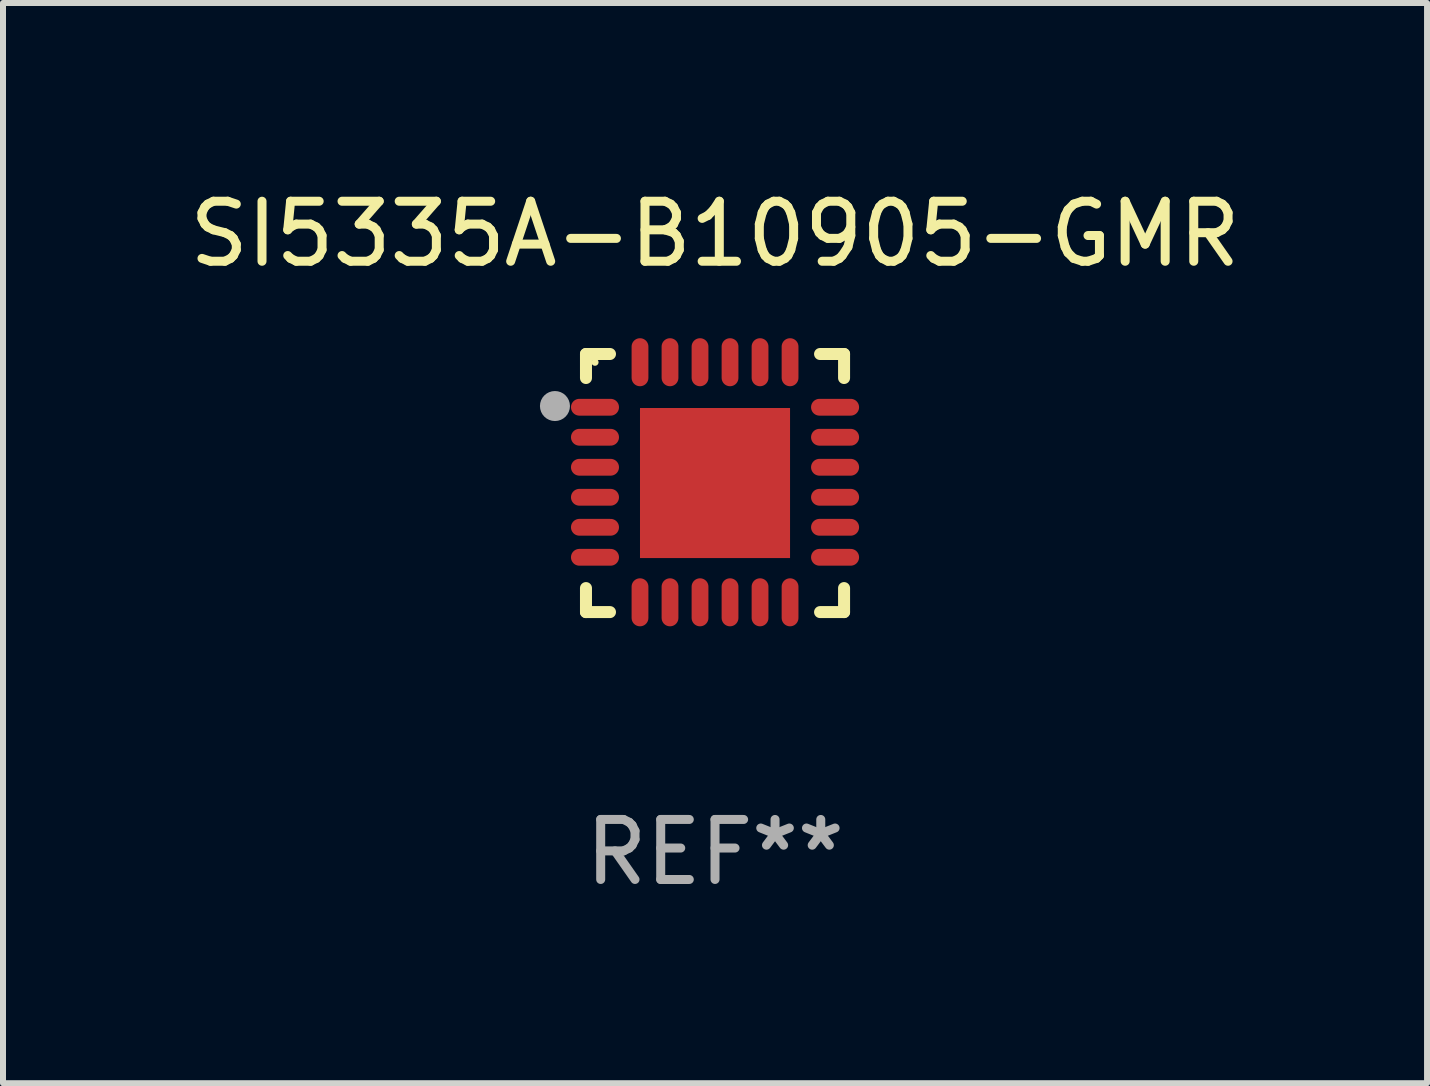
<source format=kicad_pcb>
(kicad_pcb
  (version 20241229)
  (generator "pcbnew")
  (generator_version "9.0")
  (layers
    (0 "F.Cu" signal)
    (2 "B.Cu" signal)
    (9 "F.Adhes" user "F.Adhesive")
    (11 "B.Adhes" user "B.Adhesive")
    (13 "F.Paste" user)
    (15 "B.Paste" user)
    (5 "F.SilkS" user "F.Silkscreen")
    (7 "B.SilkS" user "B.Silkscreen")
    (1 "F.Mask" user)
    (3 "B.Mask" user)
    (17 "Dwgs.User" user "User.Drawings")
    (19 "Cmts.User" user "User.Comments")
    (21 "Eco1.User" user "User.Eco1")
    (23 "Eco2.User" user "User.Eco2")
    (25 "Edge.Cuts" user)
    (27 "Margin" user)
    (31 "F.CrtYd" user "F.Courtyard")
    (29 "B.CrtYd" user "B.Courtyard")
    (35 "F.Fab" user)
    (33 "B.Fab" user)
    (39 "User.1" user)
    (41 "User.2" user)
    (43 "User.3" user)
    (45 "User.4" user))
  (footprint "SI5335A-B10905-GMR"
    (layer "F.Cu")
    (at 8.863 4.998)
    (property "Reference" "SI5335A-B10905-GMR" (at 0 -4.15 0) (layer "F.SilkS") (effects (font (size 1 1) (thickness 0.15))))
    (attr through_hole)
    (fp_line (start -2.15 -2.15) (end -1.75 -2.15) (stroke (width 0.2) (type solid)) (layer "F.SilkS"))
    (fp_line (start -2.15 -1.75) (end -2.15 -2.15) (stroke (width 0.2) (type solid)) (layer "F.SilkS"))
    (fp_line (start -2.15 2.15) (end -2.15 1.75) (stroke (width 0.2) (type solid)) (layer "F.SilkS"))
    (fp_line (start -1.75 2.15) (end -2.15 2.15) (stroke (width 0.2) (type solid)) (layer "F.SilkS"))
    (fp_line (start 1.75 -2.15) (end 2.15 -2.15) (stroke (width 0.2) (type solid)) (layer "F.SilkS"))
    (fp_line (start 1.75 2.15) (end 2.15 2.15) (stroke (width 0.2) (type solid)) (layer "F.SilkS"))
    (fp_line (start 2.15 -2.15) (end 2.15 -1.75) (stroke (width 0.2) (type solid)) (layer "F.SilkS"))
    (fp_line (start 2.15 2.15) (end 2.15 1.75) (stroke (width 0.2) (type solid)) (layer "F.SilkS"))
    (fp_circle (center -2 -2.013) (end -1.97 -2.013) (stroke (width 0.06) (type solid)) (fill no) (layer "F.SilkS"))
    (fp_circle (center -2.667 -1.283) (end -2.542 -1.283) (stroke (width 0.25) (type solid)) (fill no) (layer "F.Fab"))
    (fp_text user "REF**" (at 0 6.15 0) (layer "F.Fab") (effects (font (size 1 1) (thickness 0.15))))
    (pad "1" smd oval (at -2 -1.263) (size 0.8 0.28) (layers "F.Cu" "F.Mask" "F.Paste"))
    (pad "2" smd oval (at -2 -0.763) (size 0.8 0.28) (layers "F.Cu" "F.Mask" "F.Paste"))
    (pad "3" smd oval (at -2 -0.263) (size 0.8 0.28) (layers "F.Cu" "F.Mask" "F.Paste"))
    (pad "4" smd oval (at -2 0.237) (size 0.8 0.28) (layers "F.Cu" "F.Mask" "F.Paste"))
    (pad "5" smd oval (at -2 0.737) (size 0.8 0.28) (layers "F.Cu" "F.Mask" "F.Paste"))
    (pad "6" smd oval (at -2 1.237) (size 0.8 0.28) (layers "F.Cu" "F.Mask" "F.Paste"))
    (pad "7" smd oval (at -1.25 1.987) (size 0.28 0.8) (layers "F.Cu" "F.Mask" "F.Paste"))
    (pad "8" smd oval (at -0.75 1.987) (size 0.28 0.8) (layers "F.Cu" "F.Mask" "F.Paste"))
    (pad "9" smd oval (at -0.25 1.987) (size 0.28 0.8) (layers "F.Cu" "F.Mask" "F.Paste"))
    (pad "10" smd oval (at 0.25 1.987) (size 0.28 0.8) (layers "F.Cu" "F.Mask" "F.Paste"))
    (pad "11" smd oval (at 0.75 1.987) (size 0.28 0.8) (layers "F.Cu" "F.Mask" "F.Paste"))
    (pad "12" smd oval (at 1.25 1.987) (size 0.28 0.8) (layers "F.Cu" "F.Mask" "F.Paste"))
    (pad "13" smd oval (at 2 1.237) (size 0.8 0.28) (layers "F.Cu" "F.Mask" "F.Paste"))
    (pad "14" smd oval (at 2 0.737) (size 0.8 0.28) (layers "F.Cu" "F.Mask" "F.Paste"))
    (pad "15" smd oval (at 2 0.237) (size 0.8 0.28) (layers "F.Cu" "F.Mask" "F.Paste"))
    (pad "16" smd oval (at 2 -0.263) (size 0.8 0.28) (layers "F.Cu" "F.Mask" "F.Paste"))
    (pad "17" smd oval (at 2 -0.763) (size 0.8 0.28) (layers "F.Cu" "F.Mask" "F.Paste"))
    (pad "18" smd oval (at 2 -1.263) (size 0.8 0.28) (layers "F.Cu" "F.Mask" "F.Paste"))
    (pad "19" smd oval (at 1.25 -2.013) (size 0.28 0.8) (layers "F.Cu" "F.Mask" "F.Paste"))
    (pad "20" smd oval (at 0.75 -2.013) (size 0.28 0.8) (layers "F.Cu" "F.Mask" "F.Paste"))
    (pad "21" smd oval (at 0.25 -2.013) (size 0.28 0.8) (layers "F.Cu" "F.Mask" "F.Paste"))
    (pad "22" smd oval (at -0.25 -2.013) (size 0.28 0.8) (layers "F.Cu" "F.Mask" "F.Paste"))
    (pad "23" smd oval (at -0.75 -2.013) (size 0.28 0.8) (layers "F.Cu" "F.Mask" "F.Paste"))
    (pad "24" smd oval (at -1.25 -2.013) (size 0.28 0.8) (layers "F.Cu" "F.Mask" "F.Paste"))
    (pad "25" smd rect (at -0.000127 -0.00014) (size 2.5 2.5) (layers "F.Cu" "F.Mask" "F.Paste")))
  (gr_rect
    (start -3 -3)
    (end 20.726 14.997)
    (stroke (width 0.1) (type default))
    (fill no)
    (layer "Edge.Cuts")))
</source>
